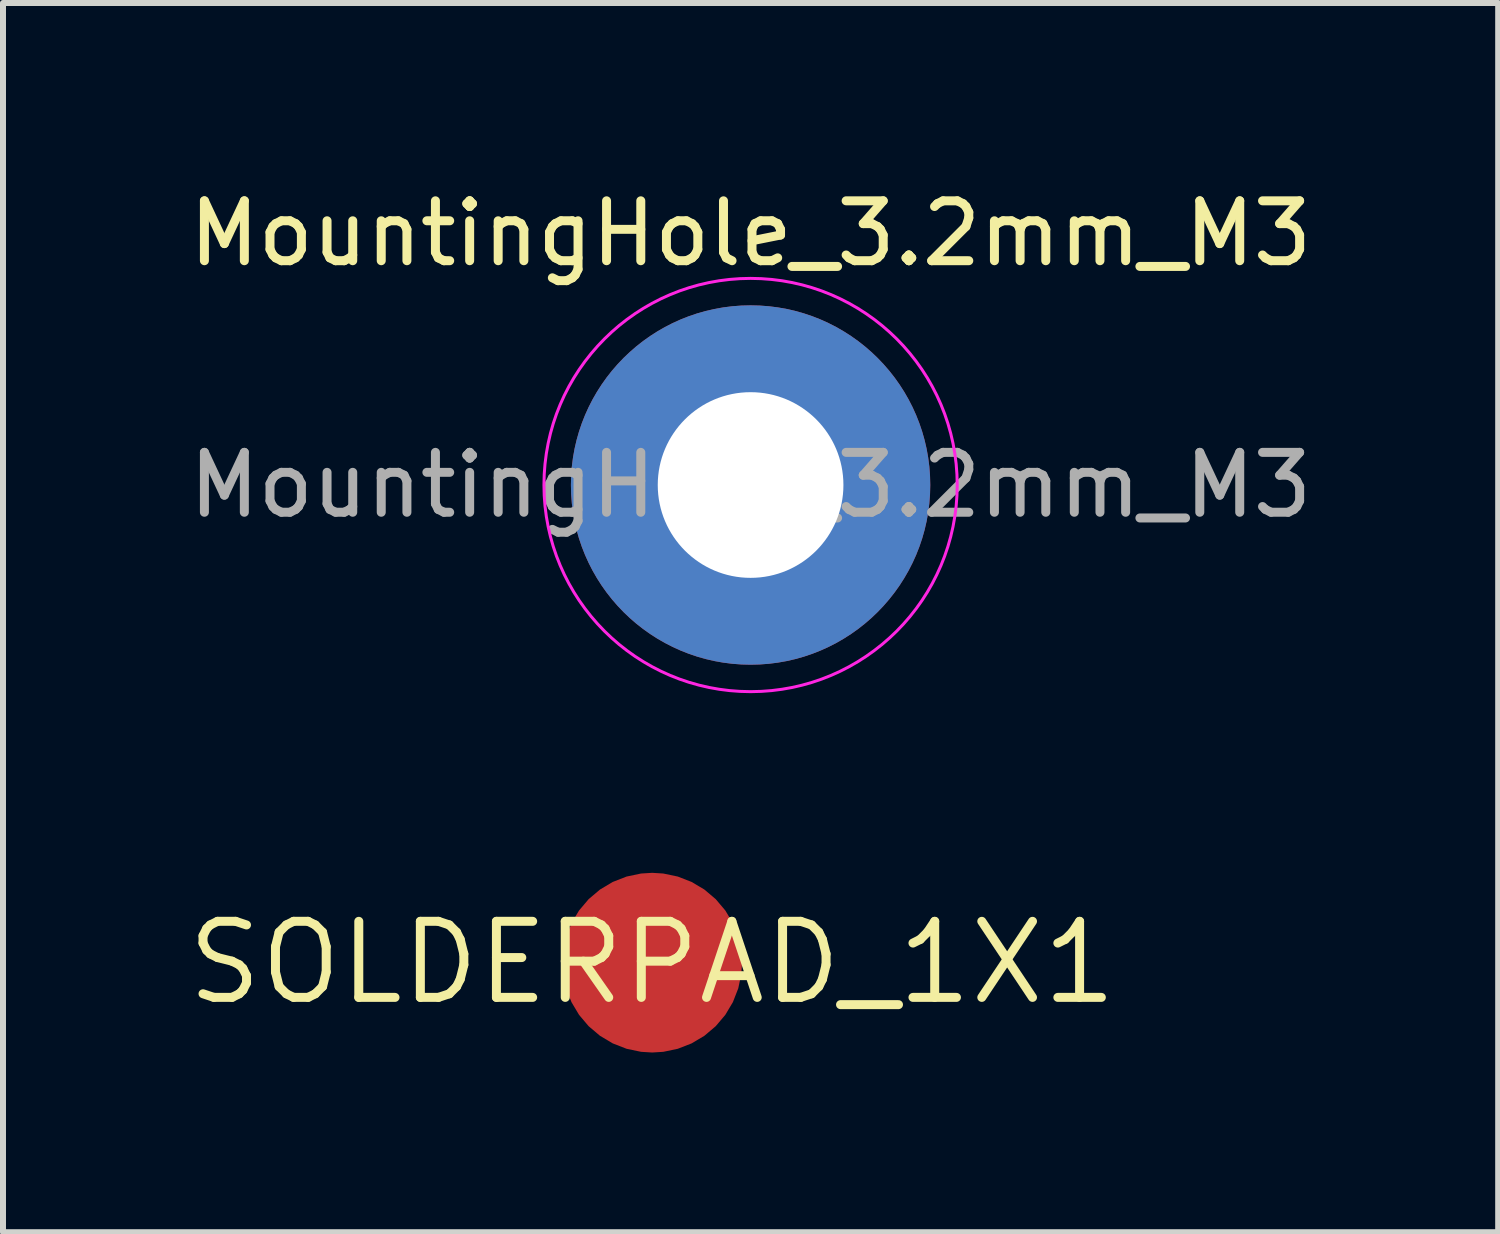
<source format=kicad_pcb>
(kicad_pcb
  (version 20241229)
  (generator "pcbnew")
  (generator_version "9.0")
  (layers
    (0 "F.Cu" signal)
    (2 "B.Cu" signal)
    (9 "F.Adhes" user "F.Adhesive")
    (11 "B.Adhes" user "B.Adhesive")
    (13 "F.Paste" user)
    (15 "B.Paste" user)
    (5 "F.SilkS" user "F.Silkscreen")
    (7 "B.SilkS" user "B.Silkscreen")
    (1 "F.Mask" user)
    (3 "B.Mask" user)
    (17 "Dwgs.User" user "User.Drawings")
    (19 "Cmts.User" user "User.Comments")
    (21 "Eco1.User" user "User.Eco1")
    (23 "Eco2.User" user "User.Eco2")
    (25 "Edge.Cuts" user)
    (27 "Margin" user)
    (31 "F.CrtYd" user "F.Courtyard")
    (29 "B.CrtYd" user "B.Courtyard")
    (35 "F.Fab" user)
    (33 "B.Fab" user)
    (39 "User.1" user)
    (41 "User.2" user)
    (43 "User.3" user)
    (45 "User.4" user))
  (footprint "MountingHole_3.2mm_M3"
    (layer "F.Cu")
    (at 9.482 5.048)
    (property "Reference" "MountingHole_3.2mm_M3" (at 0 -4.2 0) (layer "F.SilkS") (effects (font (size 1 1) (thickness 0.15))))
    (attr exclude_from_pos_files exclude_from_bom)
    (fp_circle (center 0 0) (end 3.45 0) (stroke (width 0.05) (type solid)) (fill no) (layer "F.CrtYd"))
    (fp_text user "${REFERENCE}" (at 0 0 0) (layer "F.Fab") (effects (font (size 1 1) (thickness 0.15))))
    (pad "1" thru_hole circle (at 0 0) (size 6 6) (drill 3.1) (layers "*.Cu" "*.Mask")))
  (footprint "SOLDERPAD_1X1"
    (layer "F.Cu")
    (at 7.839 13.023)
    (property "Reference" "SOLDERPAD_1X1" (at 0 0 0) (layer "F.SilkS") (effects (font (size 1.27 1.27) (thickness 0.15))))
    (pad "P$1" smd roundrect (at 0 0) (size 3 3) (layers "F.Cu" "F.Mask" "F.Paste") (roundrect_rratio 0.5)))
  (gr_rect
    (start -3 -3)
    (end 21.964 17.523)
    (stroke (width 0.1) (type default))
    (fill no)
    (layer "Edge.Cuts")))
</source>
